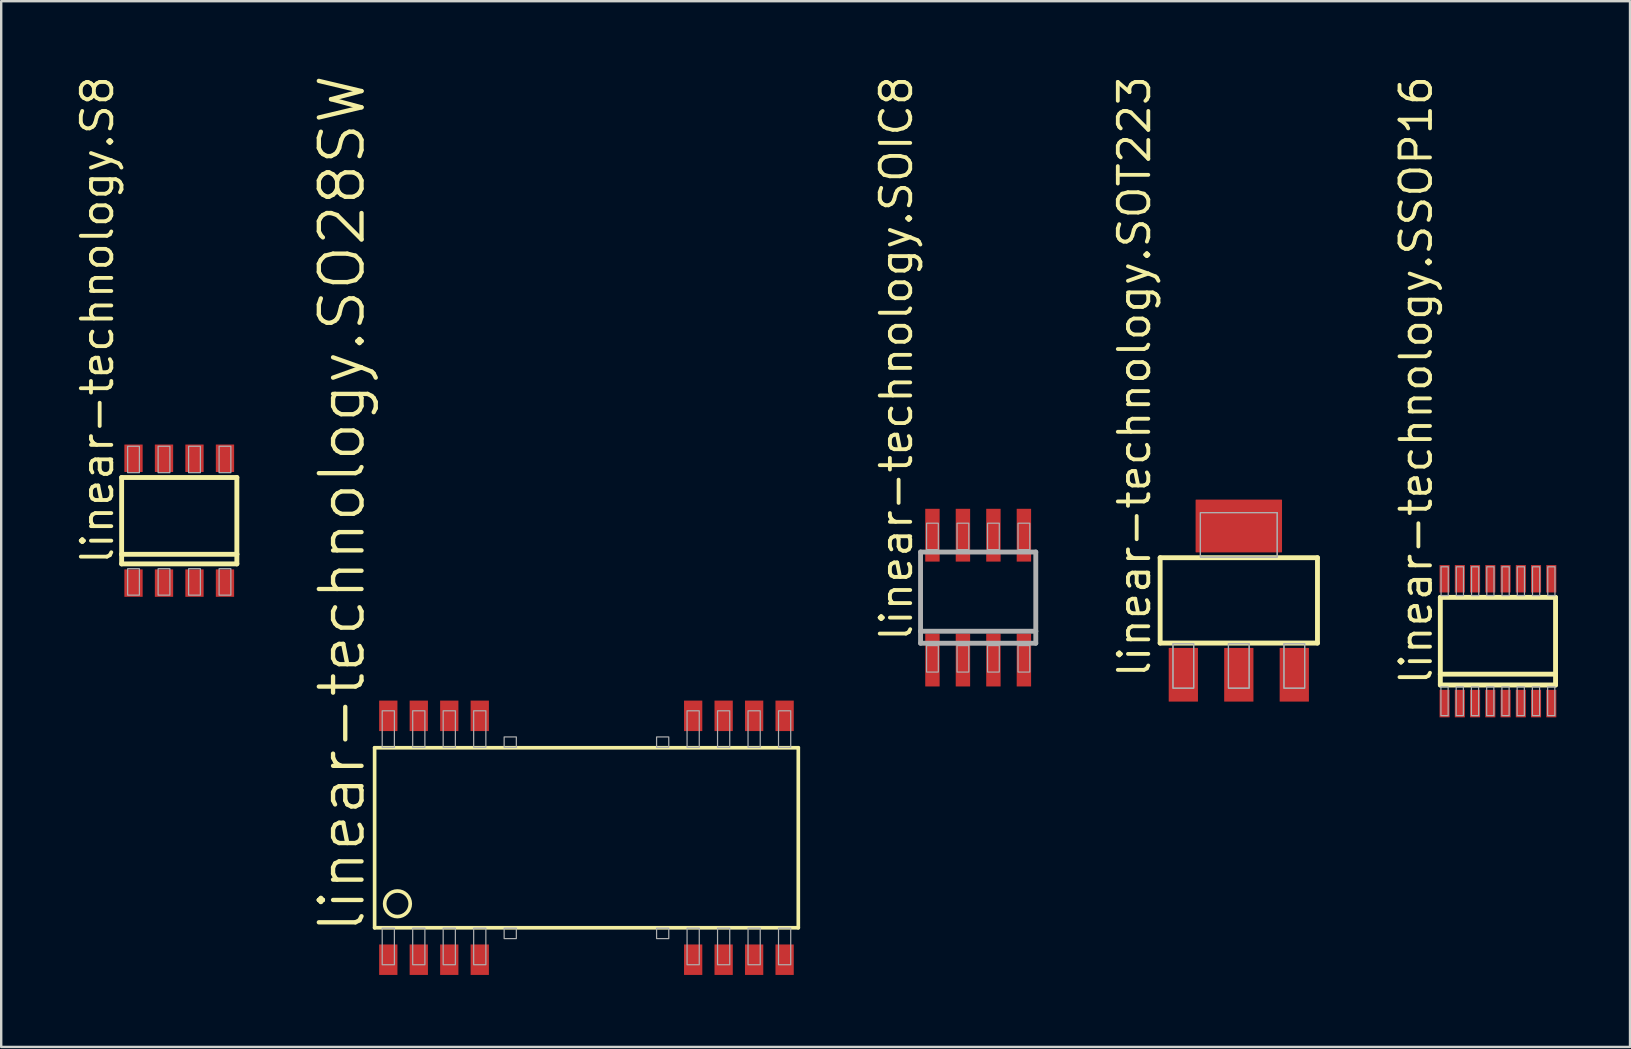
<source format=kicad_pcb>
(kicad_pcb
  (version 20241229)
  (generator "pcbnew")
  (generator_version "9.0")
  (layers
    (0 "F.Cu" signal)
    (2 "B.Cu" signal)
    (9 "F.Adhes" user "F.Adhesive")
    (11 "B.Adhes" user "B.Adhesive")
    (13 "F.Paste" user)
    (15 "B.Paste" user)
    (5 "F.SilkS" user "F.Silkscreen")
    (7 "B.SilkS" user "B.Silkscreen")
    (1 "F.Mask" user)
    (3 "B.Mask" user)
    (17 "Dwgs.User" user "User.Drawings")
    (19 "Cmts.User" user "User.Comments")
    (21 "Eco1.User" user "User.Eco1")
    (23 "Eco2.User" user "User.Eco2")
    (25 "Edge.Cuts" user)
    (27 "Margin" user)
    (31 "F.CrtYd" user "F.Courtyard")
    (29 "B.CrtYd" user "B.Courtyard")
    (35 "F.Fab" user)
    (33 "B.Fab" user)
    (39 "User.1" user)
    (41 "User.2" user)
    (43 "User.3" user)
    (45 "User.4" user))
  (footprint "linear-technology.SOIC8"
    (layer "F.Cu")
    (at 37.699 21.846)
    (property "Reference" "linear-technology.SOIC8" (at -2.667 1.905 90) (layer "F.SilkS") (effects (font (size 1.27 1.27) (thickness 0.16)) (justify left bottom)))
    (attr smd)
    (fp_line (start -2.4 -1.9) (end 2.4 -1.9) (stroke (width 0.203) (type default)) (layer "F.Fab"))
    (fp_line (start -2.4 1.4) (end -2.4 -1.9) (stroke (width 0.203) (type default)) (layer "F.Fab"))
    (fp_line (start -2.4 1.9) (end -2.4 1.4) (stroke (width 0.203) (type default)) (layer "F.Fab"))
    (fp_line (start 2.4 -1.9) (end 2.4 1.4) (stroke (width 0.203) (type default)) (layer "F.Fab"))
    (fp_line (start 2.4 1.4) (end -2.4 1.4) (stroke (width 0.203) (type default)) (layer "F.Fab"))
    (fp_line (start 2.4 1.4) (end 2.4 1.9) (stroke (width 0.203) (type default)) (layer "F.Fab"))
    (fp_line (start 2.4 1.9) (end -2.4 1.9) (stroke (width 0.203) (type default)) (layer "F.Fab"))
    (fp_rect (start -2.15 -2) (end -1.66 -3.1) (stroke (width 0.05) (type default)) (fill no) (layer "F.Fab"))
    (fp_rect (start -2.15 3.1) (end -1.66 2) (stroke (width 0.05) (type default)) (fill no) (layer "F.Fab"))
    (fp_rect (start -0.88 -2) (end -0.39 -3.1) (stroke (width 0.05) (type default)) (fill no) (layer "F.Fab"))
    (fp_rect (start -0.88 3.1) (end -0.39 2) (stroke (width 0.05) (type default)) (fill no) (layer "F.Fab"))
    (fp_rect (start 0.39 -2) (end 0.88 -3.1) (stroke (width 0.05) (type default)) (fill no) (layer "F.Fab"))
    (fp_rect (start 0.39 3.1) (end 0.88 2) (stroke (width 0.05) (type default)) (fill no) (layer "F.Fab"))
    (fp_rect (start 1.66 -2) (end 2.15 -3.1) (stroke (width 0.05) (type default)) (fill no) (layer "F.Fab"))
    (fp_rect (start 1.66 3.1) (end 2.15 2) (stroke (width 0.05) (type default)) (fill no) (layer "F.Fab"))
    (pad "1" smd roundrect (at -1.905 2.6) (size 0.6 2.2) (layers "F.Cu" "F.Mask" "F.Paste") (roundrect_rratio 0.01))
    (pad "2" smd roundrect (at -0.635 2.6) (size 0.6 2.2) (layers "F.Cu" "F.Mask" "F.Paste") (roundrect_rratio 0.01))
    (pad "3" smd roundrect (at 0.635 2.6) (size 0.6 2.2) (layers "F.Cu" "F.Mask" "F.Paste") (roundrect_rratio 0.01))
    (pad "4" smd roundrect (at 1.905 2.6) (size 0.6 2.2) (layers "F.Cu" "F.Mask" "F.Paste") (roundrect_rratio 0.01))
    (pad "5" smd roundrect (at 1.905 -2.6) (size 0.6 2.2) (layers "F.Cu" "F.Mask" "F.Paste") (roundrect_rratio 0.01))
    (pad "6" smd roundrect (at 0.635 -2.6) (size 0.6 2.2) (layers "F.Cu" "F.Mask" "F.Paste") (roundrect_rratio 0.01))
    (pad "7" smd roundrect (at -0.635 -2.6) (size 0.6 2.2) (layers "F.Cu" "F.Mask" "F.Paste") (roundrect_rratio 0.01))
    (pad "8" smd roundrect (at -1.905 -2.6) (size 0.6 2.2) (layers "F.Cu" "F.Mask" "F.Paste") (roundrect_rratio 0.01)))
  (footprint "linear-technology.SOT223"
    (layer "F.Cu")
    (at 48.557 21.961)
    (property "Reference" "linear-technology.SOT223" (at -3.607 3.302 90) (layer "F.SilkS") (effects (font (size 1.27 1.27) (thickness 0.16)) (justify left bottom)))
    (attr smd)
    (fp_line (start -3.277 -1.778) (end 3.277 -1.778) (stroke (width 0.203) (type default)) (layer "F.SilkS"))
    (fp_line (start -3.277 1.778) (end -3.277 -1.778) (stroke (width 0.203) (type default)) (layer "F.SilkS"))
    (fp_line (start 3.277 -1.778) (end 3.277 1.778) (stroke (width 0.203) (type default)) (layer "F.SilkS"))
    (fp_line (start 3.277 1.778) (end -3.277 1.778) (stroke (width 0.203) (type default)) (layer "F.SilkS"))
    (fp_rect (start -2.743 3.658) (end -1.88 1.803) (stroke (width 0.05) (type default)) (fill no) (layer "F.Fab"))
    (fp_rect (start -2.743 3.658) (end -1.88 1.803) (stroke (width 0.05) (type default)) (fill no) (layer "F.Fab"))
    (fp_rect (start -1.6 -1.803) (end 1.6 -3.658) (stroke (width 0.05) (type default)) (fill no) (layer "F.Fab"))
    (fp_rect (start -1.6 -1.803) (end 1.6 -3.658) (stroke (width 0.05) (type default)) (fill no) (layer "F.Fab"))
    (fp_rect (start -0.432 3.658) (end 0.432 1.803) (stroke (width 0.05) (type default)) (fill no) (layer "F.Fab"))
    (fp_rect (start -0.432 3.658) (end 0.432 1.803) (stroke (width 0.05) (type default)) (fill no) (layer "F.Fab"))
    (fp_rect (start 1.88 3.658) (end 2.743 1.803) (stroke (width 0.05) (type default)) (fill no) (layer "F.Fab"))
    (fp_rect (start 1.88 3.658) (end 2.743 1.803) (stroke (width 0.05) (type default)) (fill no) (layer "F.Fab"))
    (pad "1" smd roundrect (at -2.311 3.099) (size 1.219 2.235) (layers "F.Cu" "F.Mask" "F.Paste") (roundrect_rratio 0.01))
    (pad "2" smd roundrect (at 0 3.099) (size 1.219 2.235) (layers "F.Cu" "F.Mask" "F.Paste") (roundrect_rratio 0.01))
    (pad "3" smd roundrect (at 2.311 3.099) (size 1.219 2.235) (layers "F.Cu" "F.Mask" "F.Paste") (roundrect_rratio 0.01))
    (pad "4" smd roundrect (at 0 -3.099) (size 3.6 2.2) (layers "F.Cu" "F.Mask" "F.Paste") (roundrect_rratio 0.01)))
  (footprint "linear-technology.S8"
    (layer "F.Cu")
    (at 4.417 18.641)
    (property "Reference" "linear-technology.S8" (at -2.667 1.905 90) (layer "F.SilkS") (effects (font (size 1.27 1.27) (thickness 0.16)) (justify left bottom)))
    (attr smd)
    (fp_line (start -2.4 -1.8) (end 2.4 -1.8) (stroke (width 0.203) (type default)) (layer "F.SilkS"))
    (fp_line (start -2.4 1.4) (end -2.4 -1.8) (stroke (width 0.203) (type default)) (layer "F.SilkS"))
    (fp_line (start -2.4 1.8) (end -2.4 1.4) (stroke (width 0.203) (type default)) (layer "F.SilkS"))
    (fp_line (start 2.4 -1.8) (end 2.4 1.4) (stroke (width 0.203) (type default)) (layer "F.SilkS"))
    (fp_line (start 2.4 1.4) (end -2.4 1.4) (stroke (width 0.203) (type default)) (layer "F.SilkS"))
    (fp_line (start 2.4 1.4) (end 2.4 1.8) (stroke (width 0.203) (type default)) (layer "F.SilkS"))
    (fp_line (start 2.4 1.8) (end -2.4 1.8) (stroke (width 0.203) (type default)) (layer "F.SilkS"))
    (fp_rect (start -2.15 -2) (end -1.66 -3.1) (stroke (width 0.05) (type default)) (fill no) (layer "F.Fab"))
    (fp_rect (start -2.15 3.1) (end -1.66 2) (stroke (width 0.05) (type default)) (fill no) (layer "F.Fab"))
    (fp_rect (start -0.88 -2) (end -0.39 -3.1) (stroke (width 0.05) (type default)) (fill no) (layer "F.Fab"))
    (fp_rect (start -0.88 3.1) (end -0.39 2) (stroke (width 0.05) (type default)) (fill no) (layer "F.Fab"))
    (fp_rect (start 0.39 -2) (end 0.88 -3.1) (stroke (width 0.05) (type default)) (fill no) (layer "F.Fab"))
    (fp_rect (start 0.39 3.1) (end 0.88 2) (stroke (width 0.05) (type default)) (fill no) (layer "F.Fab"))
    (fp_rect (start 1.66 -2) (end 2.15 -3.1) (stroke (width 0.05) (type default)) (fill no) (layer "F.Fab"))
    (fp_rect (start 1.66 3.1) (end 2.15 2) (stroke (width 0.05) (type default)) (fill no) (layer "F.Fab"))
    (pad "1" smd roundrect (at -1.905 2.6) (size 0.762 1.143) (layers "F.Cu" "F.Mask" "F.Paste") (roundrect_rratio 0.01))
    (pad "2" smd roundrect (at -0.635 2.6) (size 0.762 1.143) (layers "F.Cu" "F.Mask" "F.Paste") (roundrect_rratio 0.01))
    (pad "3" smd roundrect (at 0.635 2.6) (size 0.762 1.143) (layers "F.Cu" "F.Mask" "F.Paste") (roundrect_rratio 0.01))
    (pad "4" smd roundrect (at 1.905 2.6) (size 0.762 1.143) (layers "F.Cu" "F.Mask" "F.Paste") (roundrect_rratio 0.01))
    (pad "5" smd roundrect (at 1.905 -2.6) (size 0.762 1.143) (layers "F.Cu" "F.Mask" "F.Paste") (roundrect_rratio 0.01))
    (pad "6" smd roundrect (at 0.635 -2.6) (size 0.762 1.143) (layers "F.Cu" "F.Mask" "F.Paste") (roundrect_rratio 0.01))
    (pad "7" smd roundrect (at -0.635 -2.6) (size 0.762 1.143) (layers "F.Cu" "F.Mask" "F.Paste") (roundrect_rratio 0.01))
    (pad "8" smd roundrect (at -1.905 -2.6) (size 0.762 1.143) (layers "F.Cu" "F.Mask" "F.Paste") (roundrect_rratio 0.01)))
  (footprint "linear-technology.SSOP16"
    (layer "F.Cu")
    (at 59.352 23.661)
    (property "Reference" "linear-technology.SSOP16" (at -2.667 1.905 90) (layer "F.SilkS") (effects (font (size 1.27 1.27) (thickness 0.16)) (justify left bottom)))
    (attr smd)
    (fp_rect (start -2.464 -1.981) (end -1.981 -3.226) (stroke (width 0.05) (type default)) (fill yes) (layer "F.Mask"))
    (fp_rect (start -2.464 3.226) (end -1.981 1.981) (stroke (width 0.05) (type default)) (fill yes) (layer "F.Mask"))
    (fp_rect (start -1.829 -1.981) (end -1.346 -3.226) (stroke (width 0.05) (type default)) (fill yes) (layer "F.Mask"))
    (fp_rect (start -1.829 3.226) (end -1.346 1.981) (stroke (width 0.05) (type default)) (fill yes) (layer "F.Mask"))
    (fp_rect (start -1.194 -1.981) (end -0.711 -3.226) (stroke (width 0.05) (type default)) (fill yes) (layer "F.Mask"))
    (fp_rect (start -1.194 3.226) (end -0.711 1.981) (stroke (width 0.05) (type default)) (fill yes) (layer "F.Mask"))
    (fp_rect (start -0.559 -1.981) (end -0.076 -3.226) (stroke (width 0.05) (type default)) (fill yes) (layer "F.Mask"))
    (fp_rect (start -0.559 3.226) (end -0.076 1.981) (stroke (width 0.05) (type default)) (fill yes) (layer "F.Mask"))
    (fp_rect (start 0.076 -1.981) (end 0.559 -3.226) (stroke (width 0.05) (type default)) (fill yes) (layer "F.Mask"))
    (fp_rect (start 0.076 3.226) (end 0.559 1.981) (stroke (width 0.05) (type default)) (fill yes) (layer "F.Mask"))
    (fp_rect (start 0.711 -1.981) (end 1.194 -3.226) (stroke (width 0.05) (type default)) (fill yes) (layer "F.Mask"))
    (fp_rect (start 0.711 3.226) (end 1.194 1.981) (stroke (width 0.05) (type default)) (fill yes) (layer "F.Mask"))
    (fp_rect (start 1.346 -1.981) (end 1.829 -3.226) (stroke (width 0.05) (type default)) (fill yes) (layer "F.Mask"))
    (fp_rect (start 1.346 3.226) (end 1.829 1.981) (stroke (width 0.05) (type default)) (fill yes) (layer "F.Mask"))
    (fp_rect (start 1.981 -1.981) (end 2.464 -3.226) (stroke (width 0.05) (type default)) (fill yes) (layer "F.Mask"))
    (fp_rect (start 1.981 3.226) (end 2.464 1.981) (stroke (width 0.05) (type default)) (fill yes) (layer "F.Mask"))
    (fp_line (start -2.4 -1.825) (end 2.4 -1.825) (stroke (width 0.203) (type default)) (layer "F.SilkS"))
    (fp_line (start -2.4 1.375) (end -2.4 -1.825) (stroke (width 0.203) (type default)) (layer "F.SilkS"))
    (fp_line (start -2.4 1.825) (end -2.4 1.375) (stroke (width 0.203) (type default)) (layer "F.SilkS"))
    (fp_line (start 2.4 -1.825) (end 2.4 1.375) (stroke (width 0.203) (type default)) (layer "F.SilkS"))
    (fp_line (start 2.4 1.375) (end -2.4 1.375) (stroke (width 0.203) (type default)) (layer "F.SilkS"))
    (fp_line (start 2.4 1.375) (end 2.4 1.825) (stroke (width 0.203) (type default)) (layer "F.SilkS"))
    (fp_line (start 2.4 1.825) (end -2.4 1.825) (stroke (width 0.203) (type default)) (layer "F.SilkS"))
    (fp_rect (start -2.413 -2.057) (end -2.032 -3.15) (stroke (width 0.05) (type default)) (fill yes) (layer "F.Paste"))
    (fp_rect (start -2.413 3.15) (end -2.032 2.057) (stroke (width 0.05) (type default)) (fill yes) (layer "F.Paste"))
    (fp_rect (start -1.778 -2.057) (end -1.397 -3.15) (stroke (width 0.05) (type default)) (fill yes) (layer "F.Paste"))
    (fp_rect (start -1.778 3.15) (end -1.397 2.057) (stroke (width 0.05) (type default)) (fill yes) (layer "F.Paste"))
    (fp_rect (start -1.143 -2.057) (end -0.762 -3.15) (stroke (width 0.05) (type default)) (fill yes) (layer "F.Paste"))
    (fp_rect (start -1.143 3.15) (end -0.762 2.057) (stroke (width 0.05) (type default)) (fill yes) (layer "F.Paste"))
    (fp_rect (start -0.508 -2.057) (end -0.127 -3.15) (stroke (width 0.05) (type default)) (fill yes) (layer "F.Paste"))
    (fp_rect (start -0.508 3.15) (end -0.127 2.057) (stroke (width 0.05) (type default)) (fill yes) (layer "F.Paste"))
    (fp_rect (start 0.127 -2.057) (end 0.508 -3.15) (stroke (width 0.05) (type default)) (fill yes) (layer "F.Paste"))
    (fp_rect (start 0.127 3.15) (end 0.508 2.057) (stroke (width 0.05) (type default)) (fill yes) (layer "F.Paste"))
    (fp_rect (start 0.762 -2.057) (end 1.143 -3.15) (stroke (width 0.05) (type default)) (fill yes) (layer "F.Paste"))
    (fp_rect (start 0.762 3.15) (end 1.143 2.057) (stroke (width 0.05) (type default)) (fill yes) (layer "F.Paste"))
    (fp_rect (start 1.397 -2.057) (end 1.778 -3.15) (stroke (width 0.05) (type default)) (fill yes) (layer "F.Paste"))
    (fp_rect (start 1.397 3.15) (end 1.778 2.057) (stroke (width 0.05) (type default)) (fill yes) (layer "F.Paste"))
    (fp_rect (start 2.032 -2.057) (end 2.413 -3.15) (stroke (width 0.05) (type default)) (fill yes) (layer "F.Paste"))
    (fp_rect (start 2.032 3.15) (end 2.413 2.057) (stroke (width 0.05) (type default)) (fill yes) (layer "F.Paste"))
    (fp_rect (start -2.375 3.1) (end -2.075 1.9) (stroke (width 0.05) (type default)) (fill no) (layer "F.Fab"))
    (fp_rect (start -2.37 -1.9) (end -2.07 -3.1) (stroke (width 0.05) (type default)) (fill no) (layer "F.Fab"))
    (fp_rect (start -1.74 3.1) (end -1.44 1.9) (stroke (width 0.05) (type default)) (fill no) (layer "F.Fab"))
    (fp_rect (start -1.735 -1.9) (end -1.435 -3.1) (stroke (width 0.05) (type default)) (fill no) (layer "F.Fab"))
    (fp_rect (start -1.105 3.1) (end -0.805 1.9) (stroke (width 0.05) (type default)) (fill no) (layer "F.Fab"))
    (fp_rect (start -1.1 -1.9) (end -0.8 -3.1) (stroke (width 0.05) (type default)) (fill no) (layer "F.Fab"))
    (fp_rect (start -0.47 3.1) (end -0.17 1.9) (stroke (width 0.05) (type default)) (fill no) (layer "F.Fab"))
    (fp_rect (start -0.465 -1.9) (end -0.165 -3.1) (stroke (width 0.05) (type default)) (fill no) (layer "F.Fab"))
    (fp_rect (start 0.165 3.1) (end 0.465 1.9) (stroke (width 0.05) (type default)) (fill no) (layer "F.Fab"))
    (fp_rect (start 0.17 -1.9) (end 0.47 -3.1) (stroke (width 0.05) (type default)) (fill no) (layer "F.Fab"))
    (fp_rect (start 0.8 3.1) (end 1.1 1.9) (stroke (width 0.05) (type default)) (fill no) (layer "F.Fab"))
    (fp_rect (start 0.805 -1.9) (end 1.105 -3.1) (stroke (width 0.05) (type default)) (fill no) (layer "F.Fab"))
    (fp_rect (start 1.435 3.1) (end 1.735 1.9) (stroke (width 0.05) (type default)) (fill no) (layer "F.Fab"))
    (fp_rect (start 1.44 -1.9) (end 1.74 -3.1) (stroke (width 0.05) (type default)) (fill no) (layer "F.Fab"))
    (fp_rect (start 2.07 3.1) (end 2.37 1.9) (stroke (width 0.05) (type default)) (fill no) (layer "F.Fab"))
    (fp_rect (start 2.075 -1.9) (end 2.375 -3.1) (stroke (width 0.05) (type default)) (fill no) (layer "F.Fab"))
    (pad "1" smd roundrect (at -2.223 2.6) (size 0.419 1.143) (layers "F.Cu" "F.Mask" "F.Paste") (roundrect_rratio 0.01))
    (pad "2" smd roundrect (at -1.587 2.6) (size 0.419 1.143) (layers "F.Cu" "F.Mask" "F.Paste") (roundrect_rratio 0.01))
    (pad "3" smd roundrect (at -0.953 2.6) (size 0.419 1.143) (layers "F.Cu" "F.Mask" "F.Paste") (roundrect_rratio 0.01))
    (pad "4" smd roundrect (at -0.318 2.6) (size 0.419 1.143) (layers "F.Cu" "F.Mask" "F.Paste") (roundrect_rratio 0.01))
    (pad "5" smd roundrect (at 0.318 2.6 180) (size 0.419 1.143) (layers "F.Cu" "F.Mask" "F.Paste") (roundrect_rratio 0.01))
    (pad "6" smd roundrect (at 0.953 2.6 180) (size 0.419 1.143) (layers "F.Cu" "F.Mask" "F.Paste") (roundrect_rratio 0.01))
    (pad "7" smd roundrect (at 1.587 2.6 180) (size 0.419 1.143) (layers "F.Cu" "F.Mask" "F.Paste") (roundrect_rratio 0.01))
    (pad "8" smd roundrect (at 2.223 2.6 180) (size 0.419 1.143) (layers "F.Cu" "F.Mask" "F.Paste") (roundrect_rratio 0.01))
    (pad "9" smd roundrect (at 1.587 -2.6 180) (size 0.419 1.143) (layers "F.Cu" "F.Mask" "F.Paste") (roundrect_rratio 0.01))
    (pad "10" smd roundrect (at -1.587 -2.6) (size 0.419 1.143) (layers "F.Cu" "F.Mask" "F.Paste") (roundrect_rratio 0.01))
    (pad "11" smd roundrect (at 2.223 -2.6 180) (size 0.419 1.143) (layers "F.Cu" "F.Mask" "F.Paste") (roundrect_rratio 0.01))
    (pad "12" smd roundrect (at 0.953 -2.6 180) (size 0.419 1.143) (layers "F.Cu" "F.Mask" "F.Paste") (roundrect_rratio 0.01))
    (pad "13" smd roundrect (at 0.318 -2.6 180) (size 0.419 1.143) (layers "F.Cu" "F.Mask" "F.Paste") (roundrect_rratio 0.01))
    (pad "14" smd roundrect (at -2.223 -2.6) (size 0.419 1.143) (layers "F.Cu" "F.Mask" "F.Paste") (roundrect_rratio 0.01))
    (pad "15" smd roundrect (at -0.953 -2.6) (size 0.419 1.143) (layers "F.Cu" "F.Mask" "F.Paste") (roundrect_rratio 0.01))
    (pad "16" smd roundrect (at -0.318 -2.6) (size 0.419 1.143) (layers "F.Cu" "F.Mask" "F.Paste") (roundrect_rratio 0.01)))
  (footprint "linear-technology.SO28SW"
    (layer "F.Cu")
    (at 21.381 31.85)
    (property "Reference" "linear-technology.SO28SW" (at -9.144 4.064 90) (layer "F.SilkS") (effects (font (size 1.778 1.778) (thickness 0.18)) (justify left bottom)))
    (attr smd)
    (fp_line (start -8.825 -3.75) (end -8.825 3.75) (stroke (width 0.152) (type default)) (layer "F.SilkS"))
    (fp_line (start -8.825 3.75) (end 8.825 3.75) (stroke (width 0.152) (type default)) (layer "F.SilkS"))
    (fp_line (start 8.825 -3.75) (end -8.825 -3.75) (stroke (width 0.152) (type default)) (layer "F.SilkS"))
    (fp_line (start 8.825 3.75) (end 8.825 -3.75) (stroke (width 0.152) (type default)) (layer "F.SilkS"))
    (fp_circle (center -7.874 2.75) (end -7.341 2.75) (stroke (width 0.152) (type default)) (fill no) (layer "F.SilkS"))
    (fp_rect (start -8.509 -3.766) (end -8.001 -5.29) (stroke (width 0.05) (type default)) (fill no) (layer "F.Fab"))
    (fp_rect (start -8.509 5.29) (end -8.001 3.766) (stroke (width 0.05) (type default)) (fill no) (layer "F.Fab"))
    (fp_rect (start -7.239 -3.766) (end -6.731 -5.29) (stroke (width 0.05) (type default)) (fill no) (layer "F.Fab"))
    (fp_rect (start -7.239 5.29) (end -6.731 3.766) (stroke (width 0.05) (type default)) (fill no) (layer "F.Fab"))
    (fp_rect (start -5.969 -3.766) (end -5.461 -5.29) (stroke (width 0.05) (type default)) (fill no) (layer "F.Fab"))
    (fp_rect (start -5.969 5.29) (end -5.461 3.766) (stroke (width 0.05) (type default)) (fill no) (layer "F.Fab"))
    (fp_rect (start -4.699 -3.766) (end -4.191 -5.29) (stroke (width 0.05) (type default)) (fill no) (layer "F.Fab"))
    (fp_rect (start -4.699 5.29) (end -4.191 3.766) (stroke (width 0.05) (type default)) (fill no) (layer "F.Fab"))
    (fp_rect (start -3.429 -3.766) (end -2.921 -4.2) (stroke (width 0.05) (type default)) (fill no) (layer "F.Fab"))
    (fp_rect (start -3.429 4.2) (end -2.921 3.766) (stroke (width 0.05) (type default)) (fill no) (layer "F.Fab"))
    (fp_rect (start 2.921 -3.766) (end 3.429 -4.2) (stroke (width 0.05) (type default)) (fill no) (layer "F.Fab"))
    (fp_rect (start 2.921 4.2) (end 3.429 3.766) (stroke (width 0.05) (type default)) (fill no) (layer "F.Fab"))
    (fp_rect (start 4.191 -3.766) (end 4.699 -5.29) (stroke (width 0.05) (type default)) (fill no) (layer "F.Fab"))
    (fp_rect (start 4.191 5.29) (end 4.699 3.766) (stroke (width 0.05) (type default)) (fill no) (layer "F.Fab"))
    (fp_rect (start 5.461 -3.766) (end 5.969 -5.29) (stroke (width 0.05) (type default)) (fill no) (layer "F.Fab"))
    (fp_rect (start 5.461 5.29) (end 5.969 3.766) (stroke (width 0.05) (type default)) (fill no) (layer "F.Fab"))
    (fp_rect (start 6.731 -3.766) (end 7.239 -5.29) (stroke (width 0.05) (type default)) (fill no) (layer "F.Fab"))
    (fp_rect (start 6.731 5.29) (end 7.239 3.766) (stroke (width 0.05) (type default)) (fill no) (layer "F.Fab"))
    (fp_rect (start 8.001 -3.766) (end 8.509 -5.29) (stroke (width 0.05) (type default)) (fill no) (layer "F.Fab"))
    (fp_rect (start 8.001 5.29) (end 8.509 3.766) (stroke (width 0.05) (type default)) (fill no) (layer "F.Fab"))
    (pad "1" smd roundrect (at -8.255 5.08) (size 0.762 1.27) (layers "F.Cu" "F.Mask" "F.Paste") (roundrect_rratio 0.01))
    (pad "2" smd roundrect (at -6.985 5.08) (size 0.762 1.27) (layers "F.Cu" "F.Mask" "F.Paste") (roundrect_rratio 0.01))
    (pad "3" smd roundrect (at -5.715 5.08) (size 0.762 1.27) (layers "F.Cu" "F.Mask" "F.Paste") (roundrect_rratio 0.01))
    (pad "4" smd roundrect (at -4.445 5.08) (size 0.762 1.27) (layers "F.Cu" "F.Mask" "F.Paste") (roundrect_rratio 0.01))
    (pad "11" smd roundrect (at 4.445 5.08) (size 0.762 1.27) (layers "F.Cu" "F.Mask" "F.Paste") (roundrect_rratio 0.01))
    (pad "12" smd roundrect (at 5.715 5.08) (size 0.762 1.27) (layers "F.Cu" "F.Mask" "F.Paste") (roundrect_rratio 0.01))
    (pad "13" smd roundrect (at 6.985 5.08) (size 0.762 1.27) (layers "F.Cu" "F.Mask" "F.Paste") (roundrect_rratio 0.01))
    (pad "14" smd roundrect (at 8.255 5.08) (size 0.762 1.27) (layers "F.Cu" "F.Mask" "F.Paste") (roundrect_rratio 0.01))
    (pad "15" smd roundrect (at 8.255 -5.08) (size 0.762 1.27) (layers "F.Cu" "F.Mask" "F.Paste") (roundrect_rratio 0.01))
    (pad "16" smd roundrect (at 6.985 -5.08) (size 0.762 1.27) (layers "F.Cu" "F.Mask" "F.Paste") (roundrect_rratio 0.01))
    (pad "17" smd roundrect (at 5.715 -5.08) (size 0.762 1.27) (layers "F.Cu" "F.Mask" "F.Paste") (roundrect_rratio 0.01))
    (pad "18" smd roundrect (at 4.445 -5.08) (size 0.762 1.27) (layers "F.Cu" "F.Mask" "F.Paste") (roundrect_rratio 0.01))
    (pad "25" smd roundrect (at -4.445 -5.08) (size 0.762 1.27) (layers "F.Cu" "F.Mask" "F.Paste") (roundrect_rratio 0.01))
    (pad "26" smd roundrect (at -5.715 -5.08) (size 0.762 1.27) (layers "F.Cu" "F.Mask" "F.Paste") (roundrect_rratio 0.01))
    (pad "27" smd roundrect (at -6.985 -5.08) (size 0.762 1.27) (layers "F.Cu" "F.Mask" "F.Paste") (roundrect_rratio 0.01))
    (pad "28" smd roundrect (at -8.255 -5.08) (size 0.762 1.27) (layers "F.Cu" "F.Mask" "F.Paste") (roundrect_rratio 0.01)))
  (gr_rect
    (start -3 -3)
    (end 64.854 40.565)
    (stroke (width 0.1) (type default))
    (fill no)
    (layer "Edge.Cuts")))
</source>
